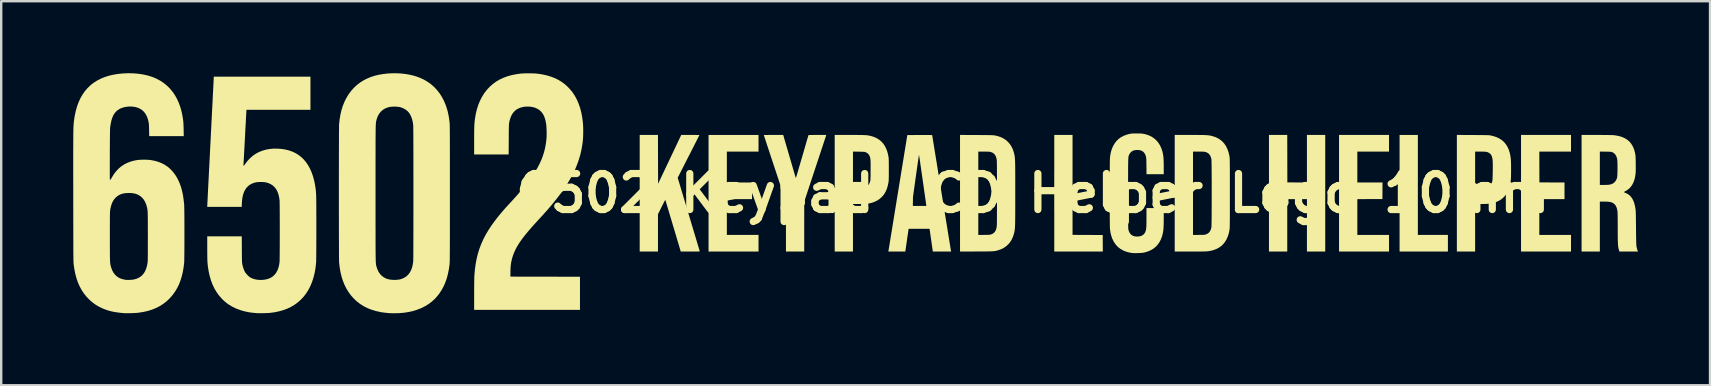
<source format=kicad_pcb>
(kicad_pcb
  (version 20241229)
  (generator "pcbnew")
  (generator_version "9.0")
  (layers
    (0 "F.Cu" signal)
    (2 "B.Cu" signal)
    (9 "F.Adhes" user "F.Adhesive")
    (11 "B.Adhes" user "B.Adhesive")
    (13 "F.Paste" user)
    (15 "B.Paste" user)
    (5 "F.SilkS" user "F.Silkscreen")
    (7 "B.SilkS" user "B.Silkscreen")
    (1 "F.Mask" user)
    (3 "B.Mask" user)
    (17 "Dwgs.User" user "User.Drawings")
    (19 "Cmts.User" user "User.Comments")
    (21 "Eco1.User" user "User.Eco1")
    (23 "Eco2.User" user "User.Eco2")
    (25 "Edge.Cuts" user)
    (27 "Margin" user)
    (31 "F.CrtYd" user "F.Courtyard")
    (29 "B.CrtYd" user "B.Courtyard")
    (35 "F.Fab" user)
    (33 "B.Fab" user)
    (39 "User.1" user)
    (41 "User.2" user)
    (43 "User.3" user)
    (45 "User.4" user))
  (footprint "6502 Keypad LCD Helper Logo 10mm"
    (layer "F.Cu")
    (at 39.969 5)
    (property "Reference" "6502 Keypad LCD Helper Logo 10mm" (at 0 0 0) (layer "F.SilkS") (effects (font (size 1.5 1.5) (thickness 0.3))))
    (attr board_only exclude_from_pos_files exclude_from_bom)
    (fp_poly (pts (xy 1.658 -0.347) (xy 1.658 1.734) (xy 2.287 1.737) (xy 2.915 1.739) (xy 2.917 2.084) (xy 2.919 2.428) (xy 1.908 2.428) (xy 0.897 2.428) (xy 0.897 0) (xy 0.897 -2.428) (xy 1.278 -2.428) (xy 1.658 -2.428)) (stroke (width 0) (type solid)) (fill yes) (layer "F.SilkS"))
    (fp_poly (pts (xy 16.042 -0.347) (xy 16.042 1.735) (xy 16.668 1.735) (xy 17.294 1.735) (xy 17.294 2.081) (xy 17.294 2.428) (xy 16.287 2.428) (xy 15.281 2.428) (xy 15.281 0) (xy 15.281 -2.428) (xy 15.661 -2.428) (xy 16.042 -2.428)) (stroke (width 0) (type solid)) (fill yes) (layer "F.SilkS"))
    (fp_poly (pts (xy -11.422 -2.081) (xy -11.422 -1.735) (xy -12.082 -1.735) (xy -12.742 -1.735) (xy -12.742 -1.091) (xy -12.742 -0.448) (xy -12.218 -0.448) (xy -11.693 -0.448) (xy -11.693 -0.102) (xy -11.693 0.245) (xy -12.218 0.245) (xy -12.742 0.245) (xy -12.742 0.99) (xy -12.742 1.735) (xy -12.082 1.735) (xy -11.422 1.735) (xy -11.422 2.081) (xy -11.422 2.428) (xy -12.463 2.428) (xy -13.504 2.428) (xy -13.504 0) (xy -13.504 -2.428) (xy -12.463 -2.428) (xy -11.422 -2.428)) (stroke (width 0) (type solid)) (fill yes) (layer "F.SilkS"))
    (fp_poly (pts (xy 10.604 -1.44) (xy 10.606 -0.453) (xy 11.014 -0.45) (xy 11.422 -0.448) (xy 11.422 -1.438) (xy 11.422 -2.428) (xy 11.803 -2.428) (xy 12.184 -2.428) (xy 12.184 0) (xy 12.184 2.428) (xy 11.803 2.428) (xy 11.422 2.428) (xy 11.422 1.337) (xy 11.422 0.245) (xy 11.012 0.245) (xy 10.602 0.245) (xy 10.602 1.337) (xy 10.602 2.428) (xy 10.221 2.428) (xy 9.84 2.428) (xy 9.84 0) (xy 9.84 -2.428) (xy 10.221 -2.428) (xy 10.602 -2.428)) (stroke (width 0) (type solid)) (fill yes) (layer "F.SilkS"))
    (fp_poly (pts (xy 14.841 -2.081) (xy 14.841 -1.735) (xy 14.181 -1.735) (xy 13.521 -1.735) (xy 13.521 -1.091) (xy 13.521 -0.448) (xy 14.045 -0.448) (xy 14.57 -0.448) (xy 14.568 -0.104) (xy 14.566 0.241) (xy 14.043 0.243) (xy 13.521 0.245) (xy 13.521 0.99) (xy 13.521 1.735) (xy 14.181 1.735) (xy 14.841 1.735) (xy 14.841 2.081) (xy 14.841 2.428) (xy 13.8 2.428) (xy 12.759 2.428) (xy 12.759 0) (xy 12.759 -2.428) (xy 13.8 -2.428) (xy 14.841 -2.428)) (stroke (width 0) (type solid)) (fill yes) (layer "F.SilkS"))
    (fp_poly (pts (xy 22.422 -2.081) (xy 22.422 -1.735) (xy 21.762 -1.735) (xy 21.102 -1.735) (xy 21.104 -1.094) (xy 21.106 -0.453) (xy 21.628 -0.45) (xy 22.151 -0.448) (xy 22.151 -0.101) (xy 22.151 0.245) (xy 21.626 0.245) (xy 21.102 0.245) (xy 21.102 0.99) (xy 21.102 1.735) (xy 21.762 1.735) (xy 22.422 1.735) (xy 22.422 2.081) (xy 22.422 2.428) (xy 21.381 2.428) (xy 20.34 2.428) (xy 20.34 0) (xy 20.34 -2.428) (xy 21.381 -2.428) (xy 22.422 -2.428)) (stroke (width 0) (type solid)) (fill yes) (layer "F.SilkS"))
    (fp_poly (pts (xy -9.059 -1.039) (xy -9.518 0.351) (xy -9.519 1.39) (xy -9.519 2.428) (xy -9.899 2.428) (xy -10.28 2.428) (xy -10.28 1.398) (xy -10.28 0.368) (xy -10.741 -1.027) (xy -10.79 -1.176) (xy -10.838 -1.32) (xy -10.884 -1.459) (xy -10.928 -1.592) (xy -10.969 -1.718) (xy -11.009 -1.836) (xy -11.045 -1.946) (xy -11.078 -2.047) (xy -11.108 -2.138) (xy -11.134 -2.218) (xy -11.157 -2.286) (xy -11.175 -2.341) (xy -11.189 -2.383) (xy -11.198 -2.411) (xy -11.202 -2.424) (xy -11.202 -2.425) (xy -11.194 -2.426) (xy -11.171 -2.426) (xy -11.134 -2.427) (xy -11.085 -2.427) (xy -11.025 -2.428) (xy -10.957 -2.428) (xy -10.882 -2.428) (xy -10.801 -2.428) (xy -10.798 -2.428) (xy -10.394 -2.428) (xy -10.137 -1.544) (xy -10.102 -1.426) (xy -10.069 -1.312) (xy -10.037 -1.203) (xy -10.007 -1.101) (xy -9.98 -1.007) (xy -9.954 -0.921) (xy -9.932 -0.845) (xy -9.913 -0.78) (xy -9.897 -0.727) (xy -9.885 -0.687) (xy -9.877 -0.661) (xy -9.873 -0.65) (xy -9.873 -0.65) (xy -9.865 -0.643) (xy -9.863 -0.643) (xy -9.86 -0.652) (xy -9.852 -0.675) (xy -9.841 -0.713) (xy -9.826 -0.764) (xy -9.807 -0.827) (xy -9.786 -0.901) (xy -9.761 -0.985) (xy -9.734 -1.078) (xy -9.704 -1.178) (xy -9.673 -1.286) (xy -9.64 -1.399) (xy -9.606 -1.516) (xy -9.604 -1.523) (xy -9.569 -1.641) (xy -9.536 -1.755) (xy -9.505 -1.863) (xy -9.475 -1.965) (xy -9.448 -2.059) (xy -9.423 -2.144) (xy -9.401 -2.22) (xy -9.382 -2.284) (xy -9.366 -2.337) (xy -9.355 -2.377) (xy -9.347 -2.403) (xy -9.344 -2.413) (xy -9.344 -2.414) (xy -9.342 -2.417) (xy -9.338 -2.42) (xy -9.329 -2.422) (xy -9.315 -2.424) (xy -9.294 -2.426) (xy -9.264 -2.427) (xy -9.224 -2.427) (xy -9.173 -2.428) (xy -9.108 -2.428) (xy -9.03 -2.428) (xy -8.969 -2.428) (xy -8.599 -2.428)) (stroke (width 0) (type solid)) (fill yes) (layer "F.SilkS"))
    (fp_poly (pts (xy -15.609 -1.411) (xy -15.606 -0.394) (xy -15.124 -1.411) (xy -14.642 -2.428) (xy -14.263 -2.428) (xy -14.185 -2.428) (xy -14.112 -2.428) (xy -14.047 -2.428) (xy -13.99 -2.427) (xy -13.944 -2.427) (xy -13.91 -2.426) (xy -13.889 -2.425) (xy -13.885 -2.425) (xy -13.888 -2.417) (xy -13.899 -2.395) (xy -13.917 -2.359) (xy -13.941 -2.312) (xy -13.971 -2.253) (xy -14.006 -2.184) (xy -14.046 -2.105) (xy -14.09 -2.018) (xy -14.138 -1.923) (xy -14.19 -1.822) (xy -14.244 -1.715) (xy -14.301 -1.603) (xy -14.337 -1.533) (xy -14.789 -0.646) (xy -14.332 0.876) (xy -14.286 1.032) (xy -14.24 1.184) (xy -14.196 1.331) (xy -14.154 1.472) (xy -14.113 1.606) (xy -14.075 1.733) (xy -14.04 1.851) (xy -14.007 1.961) (xy -13.977 2.06) (xy -13.951 2.149) (xy -13.927 2.227) (xy -13.908 2.292) (xy -13.892 2.344) (xy -13.881 2.382) (xy -13.874 2.406) (xy -13.871 2.414) (xy -13.871 2.417) (xy -13.873 2.42) (xy -13.88 2.422) (xy -13.892 2.424) (xy -13.911 2.425) (xy -13.938 2.427) (xy -13.974 2.427) (xy -14.022 2.428) (xy -14.083 2.428) (xy -14.157 2.428) (xy -14.247 2.428) (xy -14.264 2.428) (xy -14.662 2.428) (xy -14.674 2.388) (xy -14.743 2.155) (xy -14.808 1.938) (xy -14.868 1.737) (xy -14.923 1.55) (xy -14.975 1.378) (xy -15.022 1.22) (xy -15.065 1.076) (xy -15.104 0.946) (xy -15.139 0.828) (xy -15.17 0.723) (xy -15.198 0.63) (xy -15.222 0.549) (xy -15.243 0.48) (xy -15.261 0.421) (xy -15.275 0.373) (xy -15.287 0.335) (xy -15.296 0.307) (xy -15.302 0.288) (xy -15.305 0.279) (xy -15.306 0.277) (xy -15.311 0.283) (xy -15.322 0.302) (xy -15.339 0.334) (xy -15.362 0.376) (xy -15.388 0.427) (xy -15.418 0.485) (xy -15.45 0.549) (xy -15.461 0.572) (xy -15.611 0.873) (xy -15.611 1.651) (xy -15.611 2.428) (xy -15.991 2.428) (xy -16.372 2.428) (xy -16.372 0) (xy -16.372 -2.428) (xy -15.991 -2.428) (xy -15.611 -2.428)) (stroke (width 0) (type solid)) (fill yes) (layer "F.SilkS"))
    (fp_poly (pts (xy 18.333 -2.426) (xy 18.457 -2.425) (xy 18.566 -2.425) (xy 18.66 -2.424) (xy 18.741 -2.423) (xy 18.81 -2.422) (xy 18.867 -2.421) (xy 18.916 -2.42) (xy 18.955 -2.419) (xy 18.988 -2.417) (xy 19.014 -2.416) (xy 19.035 -2.414) (xy 19.053 -2.411) (xy 19.069 -2.409) (xy 19.071 -2.408) (xy 19.207 -2.375) (xy 19.33 -2.332) (xy 19.44 -2.279) (xy 19.537 -2.216) (xy 19.623 -2.141) (xy 19.698 -2.055) (xy 19.762 -1.956) (xy 19.789 -1.906) (xy 19.835 -1.799) (xy 19.871 -1.682) (xy 19.898 -1.553) (xy 19.916 -1.412) (xy 19.917 -1.4) (xy 19.919 -1.36) (xy 19.921 -1.306) (xy 19.923 -1.24) (xy 19.924 -1.166) (xy 19.925 -1.086) (xy 19.925 -1.003) (xy 19.925 -0.919) (xy 19.925 -0.837) (xy 19.923 -0.761) (xy 19.922 -0.692) (xy 19.92 -0.635) (xy 19.918 -0.59) (xy 19.917 -0.58) (xy 19.897 -0.426) (xy 19.867 -0.285) (xy 19.824 -0.156) (xy 19.771 -0.04) (xy 19.706 0.064) (xy 19.629 0.155) (xy 19.541 0.234) (xy 19.442 0.301) (xy 19.331 0.354) (xy 19.31 0.363) (xy 19.246 0.386) (xy 19.181 0.404) (xy 19.115 0.419) (xy 19.044 0.431) (xy 18.965 0.439) (xy 18.877 0.444) (xy 18.777 0.447) (xy 18.671 0.448) (xy 18.428 0.448) (xy 18.428 1.438) (xy 18.428 2.428) (xy 18.047 2.428) (xy 17.667 2.428) (xy 17.667 -0.000426) (xy 17.667 -0.99) (xy 18.428 -0.99) (xy 18.428 -0.245) (xy 18.645 -0.245) (xy 18.717 -0.246) (xy 18.776 -0.246) (xy 18.821 -0.248) (xy 18.857 -0.25) (xy 18.885 -0.253) (xy 18.907 -0.257) (xy 18.913 -0.259) (xy 18.982 -0.284) (xy 19.04 -0.321) (xy 19.086 -0.371) (xy 19.121 -0.434) (xy 19.145 -0.507) (xy 19.148 -0.53) (xy 19.152 -0.567) (xy 19.154 -0.617) (xy 19.157 -0.678) (xy 19.159 -0.747) (xy 19.161 -0.821) (xy 19.162 -0.899) (xy 19.163 -0.979) (xy 19.164 -1.058) (xy 19.164 -1.134) (xy 19.163 -1.205) (xy 19.162 -1.269) (xy 19.16 -1.323) (xy 19.158 -1.366) (xy 19.156 -1.387) (xy 19.143 -1.47) (xy 19.123 -1.539) (xy 19.096 -1.595) (xy 19.061 -1.64) (xy 19.017 -1.675) (xy 18.991 -1.69) (xy 18.965 -1.703) (xy 18.94 -1.713) (xy 18.913 -1.721) (xy 18.884 -1.726) (xy 18.848 -1.73) (xy 18.804 -1.733) (xy 18.749 -1.734) (xy 18.68 -1.734) (xy 18.646 -1.734) (xy 18.428 -1.735) (xy 18.428 -0.99) (xy 17.667 -0.99) (xy 17.667 -2.429)) (stroke (width 0) (type solid)) (fill yes) (layer "F.SilkS"))
    (fp_poly (pts (xy -7.5 -2.428) (xy -7.388 -2.428) (xy -7.289 -2.428) (xy -7.204 -2.427) (xy -7.13 -2.426) (xy -7.066 -2.424) (xy -7.011 -2.422) (xy -6.964 -2.42) (xy -6.922 -2.417) (xy -6.885 -2.413) (xy -6.852 -2.408) (xy -6.821 -2.403) (xy -6.79 -2.396) (xy -6.758 -2.389) (xy -6.734 -2.383) (xy -6.609 -2.344) (xy -6.496 -2.292) (xy -6.394 -2.229) (xy -6.304 -2.153) (xy -6.225 -2.065) (xy -6.157 -1.964) (xy -6.101 -1.85) (xy -6.055 -1.724) (xy -6.021 -1.585) (xy -6.01 -1.527) (xy -6.007 -1.504) (xy -6.004 -1.481) (xy -6.001 -1.455) (xy -5.999 -1.425) (xy -5.998 -1.389) (xy -5.997 -1.345) (xy -5.996 -1.292) (xy -5.995 -1.229) (xy -5.995 -1.153) (xy -5.995 -1.063) (xy -5.995 -0.99) (xy -5.995 -0.889) (xy -5.995 -0.804) (xy -5.995 -0.732) (xy -5.996 -0.672) (xy -5.997 -0.622) (xy -5.998 -0.581) (xy -6 -0.547) (xy -6.002 -0.518) (xy -6.004 -0.493) (xy -6.007 -0.47) (xy -6.01 -0.453) (xy -6.035 -0.329) (xy -6.068 -0.212) (xy -6.087 -0.158) (xy -6.139 -0.045) (xy -6.203 0.057) (xy -6.28 0.149) (xy -6.369 0.229) (xy -6.469 0.298) (xy -6.58 0.353) (xy -6.663 0.384) (xy -6.721 0.401) (xy -6.779 0.415) (xy -6.838 0.427) (xy -6.901 0.435) (xy -6.971 0.441) (xy -7.05 0.445) (xy -7.141 0.448) (xy -7.246 0.448) (xy -7.249 0.448) (xy -7.488 0.448) (xy -7.488 1.438) (xy -7.488 2.428) (xy -7.869 2.428) (xy -8.249 2.428) (xy -8.249 0) (xy -8.249 -0.99) (xy -7.488 -0.99) (xy -7.488 -0.245) (xy -7.266 -0.245) (xy -7.186 -0.246) (xy -7.122 -0.247) (xy -7.072 -0.249) (xy -7.035 -0.252) (xy -7.009 -0.255) (xy -7.001 -0.257) (xy -6.935 -0.281) (xy -6.881 -0.314) (xy -6.837 -0.358) (xy -6.802 -0.415) (xy -6.774 -0.486) (xy -6.772 -0.495) (xy -6.768 -0.509) (xy -6.765 -0.525) (xy -6.763 -0.545) (xy -6.761 -0.57) (xy -6.759 -0.602) (xy -6.758 -0.644) (xy -6.756 -0.695) (xy -6.755 -0.758) (xy -6.755 -0.835) (xy -6.754 -0.927) (xy -6.754 -0.948) (xy -6.753 -1.052) (xy -6.753 -1.141) (xy -6.753 -1.216) (xy -6.754 -1.28) (xy -6.755 -1.333) (xy -6.758 -1.377) (xy -6.761 -1.414) (xy -6.765 -1.446) (xy -6.771 -1.474) (xy -6.777 -1.5) (xy -6.785 -1.525) (xy -6.787 -1.53) (xy -6.817 -1.593) (xy -6.86 -1.647) (xy -6.915 -1.688) (xy -6.976 -1.715) (xy -6.992 -1.72) (xy -7.012 -1.723) (xy -7.038 -1.726) (xy -7.073 -1.728) (xy -7.118 -1.73) (xy -7.175 -1.731) (xy -7.247 -1.732) (xy -7.253 -1.733) (xy -7.488 -1.735) (xy -7.488 -0.99) (xy -8.249 -0.99) (xy -8.249 -2.428) (xy -7.628 -2.428)) (stroke (width 0) (type solid)) (fill yes) (layer "F.SilkS"))
    (fp_poly (pts (xy -2.342 -2.426) (xy -2.214 -2.425) (xy -2.102 -2.425) (xy -2.004 -2.424) (xy -1.919 -2.423) (xy -1.846 -2.422) (xy -1.784 -2.421) (xy -1.731 -2.42) (xy -1.685 -2.418) (xy -1.646 -2.415) (xy -1.613 -2.412) (xy -1.583 -2.408) (xy -1.556 -2.404) (xy -1.53 -2.398) (xy -1.505 -2.392) (xy -1.478 -2.385) (xy -1.449 -2.377) (xy -1.434 -2.373) (xy -1.315 -2.331) (xy -1.206 -2.275) (xy -1.106 -2.207) (xy -1.018 -2.125) (xy -0.941 -2.032) (xy -0.876 -1.928) (xy -0.823 -1.813) (xy -0.783 -1.688) (xy -0.783 -1.687) (xy -0.776 -1.659) (xy -0.77 -1.632) (xy -0.764 -1.606) (xy -0.759 -1.58) (xy -0.754 -1.553) (xy -0.75 -1.523) (xy -0.746 -1.491) (xy -0.743 -1.455) (xy -0.74 -1.414) (xy -0.738 -1.368) (xy -0.735 -1.316) (xy -0.734 -1.256) (xy -0.732 -1.189) (xy -0.731 -1.112) (xy -0.73 -1.026) (xy -0.729 -0.929) (xy -0.729 -0.821) (xy -0.728 -0.7) (xy -0.728 -0.567) (xy -0.728 -0.419) (xy -0.728 -0.257) (xy -0.728 -0.078) (xy -0.728 0) (xy -0.728 0.185) (xy -0.728 0.354) (xy -0.728 0.508) (xy -0.728 0.647) (xy -0.729 0.773) (xy -0.729 0.886) (xy -0.73 0.987) (xy -0.731 1.078) (xy -0.732 1.158) (xy -0.733 1.229) (xy -0.735 1.292) (xy -0.737 1.347) (xy -0.739 1.396) (xy -0.742 1.439) (xy -0.745 1.477) (xy -0.748 1.51) (xy -0.752 1.541) (xy -0.757 1.569) (xy -0.762 1.596) (xy -0.767 1.622) (xy -0.773 1.648) (xy -0.78 1.675) (xy -0.783 1.687) (xy -0.823 1.812) (xy -0.875 1.927) (xy -0.94 2.032) (xy -1.017 2.125) (xy -1.106 2.206) (xy -1.205 2.275) (xy -1.315 2.33) (xy -1.434 2.372) (xy -1.434 2.373) (xy -1.465 2.381) (xy -1.493 2.389) (xy -1.519 2.396) (xy -1.544 2.401) (xy -1.57 2.406) (xy -1.598 2.41) (xy -1.63 2.414) (xy -1.666 2.416) (xy -1.708 2.419) (xy -1.757 2.42) (xy -1.815 2.422) (xy -1.883 2.423) (xy -1.961 2.424) (xy -2.053 2.424) (xy -2.157 2.425) (xy -2.277 2.426) (xy -2.342 2.426) (xy -3.029 2.429) (xy -3.029 0) (xy -2.268 0) (xy -2.268 1.735) (xy -2.037 1.735) (xy -1.966 1.734) (xy -1.909 1.734) (xy -1.864 1.733) (xy -1.829 1.731) (xy -1.802 1.729) (xy -1.779 1.726) (xy -1.76 1.721) (xy -1.749 1.719) (xy -1.681 1.693) (xy -1.624 1.656) (xy -1.578 1.608) (xy -1.542 1.547) (xy -1.516 1.473) (xy -1.499 1.385) (xy -1.498 1.377) (xy -1.497 1.358) (xy -1.495 1.322) (xy -1.494 1.27) (xy -1.493 1.201) (xy -1.492 1.117) (xy -1.492 1.017) (xy -1.491 0.901) (xy -1.49 0.77) (xy -1.49 0.624) (xy -1.49 0.464) (xy -1.489 0.288) (xy -1.489 0.099) (xy -1.489 0) (xy -1.489 -0.196) (xy -1.489 -0.378) (xy -1.49 -0.546) (xy -1.49 -0.699) (xy -1.491 -0.838) (xy -1.491 -0.961) (xy -1.492 -1.069) (xy -1.493 -1.161) (xy -1.494 -1.238) (xy -1.495 -1.298) (xy -1.496 -1.342) (xy -1.497 -1.37) (xy -1.498 -1.377) (xy -1.514 -1.466) (xy -1.54 -1.541) (xy -1.575 -1.603) (xy -1.62 -1.653) (xy -1.676 -1.69) (xy -1.743 -1.717) (xy -1.749 -1.719) (xy -1.768 -1.724) (xy -1.789 -1.727) (xy -1.814 -1.73) (xy -1.844 -1.732) (xy -1.883 -1.733) (xy -1.933 -1.734) (xy -1.996 -1.734) (xy -2.037 -1.735) (xy -2.268 -1.735) (xy -2.268 0) (xy -3.029 0) (xy -3.029 -2.429)) (stroke (width 0) (type solid)) (fill yes) (layer "F.SilkS"))
    (fp_poly (pts (xy 6.687 -2.428) (xy 6.801 -2.428) (xy 6.901 -2.428) (xy 6.988 -2.427) (xy 7.063 -2.426) (xy 7.129 -2.425) (xy 7.185 -2.423) (xy 7.233 -2.42) (xy 7.276 -2.417) (xy 7.313 -2.414) (xy 7.346 -2.409) (xy 7.378 -2.404) (xy 7.408 -2.398) (xy 7.439 -2.391) (xy 7.471 -2.383) (xy 7.473 -2.383) (xy 7.597 -2.344) (xy 7.71 -2.292) (xy 7.812 -2.229) (xy 7.902 -2.153) (xy 7.981 -2.065) (xy 8.049 -1.964) (xy 8.105 -1.85) (xy 8.151 -1.724) (xy 8.186 -1.585) (xy 8.196 -1.527) (xy 8.198 -1.515) (xy 8.2 -1.501) (xy 8.201 -1.486) (xy 8.203 -1.468) (xy 8.204 -1.447) (xy 8.205 -1.422) (xy 8.206 -1.392) (xy 8.207 -1.357) (xy 8.208 -1.315) (xy 8.209 -1.266) (xy 8.209 -1.208) (xy 8.21 -1.142) (xy 8.21 -1.066) (xy 8.211 -0.98) (xy 8.211 -0.882) (xy 8.211 -0.772) (xy 8.211 -0.65) (xy 8.211 -0.513) (xy 8.211 -0.363) (xy 8.211 -0.197) (xy 8.211 -0.015) (xy 8.211 0) (xy 8.211 0.183) (xy 8.211 0.35) (xy 8.211 0.502) (xy 8.211 0.64) (xy 8.211 0.763) (xy 8.211 0.874) (xy 8.211 0.973) (xy 8.21 1.06) (xy 8.21 1.136) (xy 8.209 1.203) (xy 8.209 1.261) (xy 8.208 1.311) (xy 8.207 1.354) (xy 8.207 1.39) (xy 8.205 1.42) (xy 8.204 1.446) (xy 8.203 1.467) (xy 8.202 1.485) (xy 8.2 1.5) (xy 8.198 1.514) (xy 8.196 1.526) (xy 8.196 1.527) (xy 8.166 1.672) (xy 8.124 1.803) (xy 8.071 1.922) (xy 8.007 2.028) (xy 7.932 2.122) (xy 7.846 2.203) (xy 7.748 2.271) (xy 7.639 2.327) (xy 7.519 2.37) (xy 7.457 2.387) (xy 7.426 2.394) (xy 7.396 2.4) (xy 7.366 2.406) (xy 7.336 2.411) (xy 7.303 2.415) (xy 7.266 2.418) (xy 7.225 2.421) (xy 7.177 2.423) (xy 7.121 2.425) (xy 7.057 2.426) (xy 6.982 2.427) (xy 6.895 2.428) (xy 6.796 2.428) (xy 6.682 2.428) (xy 6.559 2.428) (xy 5.914 2.428) (xy 5.914 0) (xy 6.676 0) (xy 6.676 1.735) (xy 6.91 1.735) (xy 6.98 1.734) (xy 7.037 1.734) (xy 7.081 1.733) (xy 7.115 1.732) (xy 7.142 1.73) (xy 7.163 1.727) (xy 7.182 1.723) (xy 7.201 1.717) (xy 7.268 1.691) (xy 7.324 1.654) (xy 7.369 1.606) (xy 7.404 1.545) (xy 7.431 1.471) (xy 7.443 1.419) (xy 7.444 1.401) (xy 7.446 1.368) (xy 7.447 1.321) (xy 7.448 1.259) (xy 7.45 1.186) (xy 7.451 1.101) (xy 7.452 1.006) (xy 7.453 0.901) (xy 7.453 0.789) (xy 7.454 0.67) (xy 7.454 0.546) (xy 7.455 0.416) (xy 7.455 0.283) (xy 7.455 0.148) (xy 7.455 0.012) (xy 7.455 -0.124) (xy 7.455 -0.26) (xy 7.455 -0.393) (xy 7.455 -0.523) (xy 7.454 -0.649) (xy 7.453 -0.769) (xy 7.453 -0.882) (xy 7.452 -0.988) (xy 7.451 -1.085) (xy 7.45 -1.172) (xy 7.449 -1.247) (xy 7.447 -1.311) (xy 7.446 -1.361) (xy 7.445 -1.397) (xy 7.443 -1.417) (xy 7.443 -1.419) (xy 7.422 -1.501) (xy 7.392 -1.569) (xy 7.354 -1.625) (xy 7.306 -1.668) (xy 7.246 -1.701) (xy 7.201 -1.717) (xy 7.182 -1.723) (xy 7.163 -1.727) (xy 7.141 -1.73) (xy 7.115 -1.732) (xy 7.08 -1.733) (xy 7.036 -1.734) (xy 6.98 -1.734) (xy 6.91 -1.735) (xy 6.676 -1.735) (xy 6.676 0) (xy 5.914 0) (xy 5.914 -2.428) (xy 6.557 -2.428)) (stroke (width 0) (type solid)) (fill yes) (layer "F.SilkS"))
    (fp_poly (pts (xy 23.606 -2.428) (xy 23.718 -2.428) (xy 23.82 -2.427) (xy 23.913 -2.426) (xy 23.996 -2.425) (xy 24.066 -2.424) (xy 24.123 -2.423) (xy 24.166 -2.422) (xy 24.193 -2.42) (xy 24.197 -2.42) (xy 24.34 -2.399) (xy 24.469 -2.369) (xy 24.586 -2.328) (xy 24.689 -2.278) (xy 24.781 -2.217) (xy 24.86 -2.146) (xy 24.929 -2.063) (xy 24.986 -1.97) (xy 24.993 -1.957) (xy 25.021 -1.897) (xy 25.044 -1.838) (xy 25.064 -1.775) (xy 25.082 -1.704) (xy 25.097 -1.633) (xy 25.101 -1.607) (xy 25.105 -1.58) (xy 25.109 -1.551) (xy 25.111 -1.517) (xy 25.113 -1.475) (xy 25.115 -1.425) (xy 25.116 -1.363) (xy 25.118 -1.288) (xy 25.118 -1.239) (xy 25.119 -1.14) (xy 25.119 -1.05) (xy 25.119 -0.972) (xy 25.117 -0.906) (xy 25.115 -0.855) (xy 25.113 -0.833) (xy 25.094 -0.693) (xy 25.064 -0.566) (xy 25.023 -0.452) (xy 24.971 -0.351) (xy 24.908 -0.262) (xy 24.834 -0.186) (xy 24.748 -0.123) (xy 24.692 -0.091) (xy 24.661 -0.074) (xy 24.638 -0.061) (xy 24.625 -0.051) (xy 24.624 -0.048) (xy 24.632 -0.042) (xy 24.653 -0.032) (xy 24.681 -0.019) (xy 24.687 -0.017) (xy 24.771 0.024) (xy 24.844 0.073) (xy 24.908 0.134) (xy 24.963 0.206) (xy 25.009 0.29) (xy 25.048 0.387) (xy 25.079 0.498) (xy 25.104 0.624) (xy 25.109 0.658) (xy 25.112 0.679) (xy 25.114 0.702) (xy 25.116 0.73) (xy 25.118 0.763) (xy 25.12 0.802) (xy 25.121 0.849) (xy 25.123 0.905) (xy 25.124 0.971) (xy 25.125 1.049) (xy 25.126 1.139) (xy 25.128 1.242) (xy 25.129 1.361) (xy 25.13 1.443) (xy 25.131 1.575) (xy 25.132 1.696) (xy 25.134 1.806) (xy 25.135 1.904) (xy 25.137 1.989) (xy 25.139 2.061) (xy 25.141 2.118) (xy 25.143 2.16) (xy 25.145 2.186) (xy 25.145 2.191) (xy 25.159 2.262) (xy 25.176 2.331) (xy 25.197 2.389) (xy 25.198 2.392) (xy 25.213 2.428) (xy 24.825 2.428) (xy 24.437 2.428) (xy 24.42 2.371) (xy 24.411 2.34) (xy 24.403 2.309) (xy 24.396 2.277) (xy 24.39 2.242) (xy 24.385 2.205) (xy 24.381 2.162) (xy 24.378 2.114) (xy 24.375 2.058) (xy 24.373 1.994) (xy 24.371 1.92) (xy 24.37 1.835) (xy 24.369 1.737) (xy 24.368 1.626) (xy 24.368 1.5) (xy 24.368 1.426) (xy 24.368 1.318) (xy 24.367 1.216) (xy 24.367 1.121) (xy 24.366 1.035) (xy 24.365 0.958) (xy 24.364 0.892) (xy 24.362 0.838) (xy 24.361 0.799) (xy 24.359 0.775) (xy 24.359 0.774) (xy 24.345 0.682) (xy 24.324 0.604) (xy 24.296 0.538) (xy 24.261 0.484) (xy 24.231 0.452) (xy 24.196 0.423) (xy 24.158 0.399) (xy 24.115 0.381) (xy 24.066 0.367) (xy 24.007 0.357) (xy 23.938 0.351) (xy 23.855 0.348) (xy 23.795 0.347) (xy 23.623 0.347) (xy 23.623 1.388) (xy 23.623 2.428) (xy 23.242 2.428) (xy 22.862 2.428) (xy 22.862 0) (xy 22.862 -1.041) (xy 23.623 -1.041) (xy 23.623 -0.347) (xy 23.795 -0.347) (xy 23.866 -0.348) (xy 23.93 -0.35) (xy 23.983 -0.353) (xy 24.022 -0.358) (xy 24.029 -0.359) (xy 24.11 -0.38) (xy 24.179 -0.413) (xy 24.236 -0.458) (xy 24.283 -0.516) (xy 24.32 -0.587) (xy 24.34 -0.643) (xy 24.344 -0.667) (xy 24.348 -0.705) (xy 24.351 -0.756) (xy 24.354 -0.816) (xy 24.356 -0.883) (xy 24.358 -0.955) (xy 24.359 -1.03) (xy 24.359 -1.105) (xy 24.358 -1.178) (xy 24.357 -1.246) (xy 24.355 -1.307) (xy 24.353 -1.358) (xy 24.349 -1.398) (xy 24.347 -1.412) (xy 24.326 -1.497) (xy 24.295 -1.57) (xy 24.254 -1.63) (xy 24.202 -1.677) (xy 24.141 -1.711) (xy 24.141 -1.711) (xy 24.126 -1.716) (xy 24.111 -1.721) (xy 24.093 -1.724) (xy 24.072 -1.727) (xy 24.043 -1.729) (xy 24.006 -1.73) (xy 23.957 -1.731) (xy 23.895 -1.732) (xy 23.858 -1.733) (xy 23.623 -1.736) (xy 23.623 -1.041) (xy 22.862 -1.041) (xy 22.862 -2.428) (xy 23.488 -2.428)) (stroke (width 0) (type solid)) (fill yes) (layer "F.SilkS"))
    (fp_poly (pts (xy -4.401 -2.427) (xy -4.33 -2.426) (xy -4.274 -2.425) (xy -4.233 -2.424) (xy -4.205 -2.423) (xy -4.191 -2.421) (xy -4.188 -2.419) (xy -4.187 -2.411) (xy -4.183 -2.386) (xy -4.177 -2.346) (xy -4.168 -2.292) (xy -4.157 -2.225) (xy -4.144 -2.144) (xy -4.129 -2.052) (xy -4.112 -1.949) (xy -4.094 -1.836) (xy -4.074 -1.713) (xy -4.053 -1.581) (xy -4.03 -1.442) (xy -4.006 -1.296) (xy -3.982 -1.143) (xy -3.956 -0.985) (xy -3.93 -0.822) (xy -3.903 -0.655) (xy -3.875 -0.486) (xy -3.847 -0.314) (xy -3.819 -0.141) (xy -3.791 0.033) (xy -3.763 0.207) (xy -3.735 0.379) (xy -3.707 0.55) (xy -3.679 0.719) (xy -3.653 0.883) (xy -3.627 1.044) (xy -3.601 1.2) (xy -3.577 1.349) (xy -3.554 1.493) (xy -3.532 1.628) (xy -3.511 1.756) (xy -3.492 1.874) (xy -3.474 1.983) (xy -3.458 2.081) (xy -3.444 2.167) (xy -3.432 2.241) (xy -3.422 2.303) (xy -3.414 2.35) (xy -3.409 2.382) (xy -3.406 2.399) (xy -3.405 2.401) (xy -3.401 2.428) (xy -3.782 2.428) (xy -3.86 2.428) (xy -3.933 2.428) (xy -3.999 2.428) (xy -4.056 2.428) (xy -4.103 2.427) (xy -4.137 2.427) (xy -4.158 2.426) (xy -4.163 2.426) (xy -4.164 2.417) (xy -4.167 2.393) (xy -4.172 2.356) (xy -4.179 2.308) (xy -4.187 2.25) (xy -4.197 2.185) (xy -4.207 2.115) (xy -4.217 2.041) (xy -4.228 1.965) (xy -4.239 1.889) (xy -4.25 1.815) (xy -4.26 1.745) (xy -4.269 1.681) (xy -4.277 1.624) (xy -4.284 1.576) (xy -4.289 1.539) (xy -4.293 1.516) (xy -4.294 1.508) (xy -4.299 1.481) (xy -4.733 1.481) (xy -5.168 1.481) (xy -5.172 1.5) (xy -5.174 1.512) (xy -5.178 1.538) (xy -5.185 1.579) (xy -5.192 1.631) (xy -5.202 1.694) (xy -5.212 1.765) (xy -5.224 1.844) (xy -5.236 1.928) (xy -5.242 1.974) (xy -5.308 2.428) (xy -5.662 2.428) (xy -6.015 2.428) (xy -6.011 2.405) (xy -6.009 2.395) (xy -6.005 2.369) (xy -5.998 2.327) (xy -5.989 2.271) (xy -5.977 2.2) (xy -5.963 2.117) (xy -5.948 2.02) (xy -5.93 1.912) (xy -5.911 1.792) (xy -5.889 1.662) (xy -5.866 1.521) (xy -5.842 1.371) (xy -5.816 1.213) (xy -5.789 1.046) (xy -5.761 0.872) (xy -5.75 0.806) (xy -5.076 0.806) (xy -5.076 0.81) (xy -5.072 0.813) (xy -5.064 0.815) (xy -5.05 0.817) (xy -5.029 0.818) (xy -4.999 0.819) (xy -4.959 0.82) (xy -4.907 0.82) (xy -4.841 0.821) (xy -4.761 0.821) (xy -4.734 0.821) (xy -4.66 0.821) (xy -4.591 0.82) (xy -4.529 0.82) (xy -4.477 0.819) (xy -4.436 0.819) (xy -4.407 0.818) (xy -4.393 0.817) (xy -4.391 0.816) (xy -4.392 0.806) (xy -4.396 0.781) (xy -4.401 0.74) (xy -4.409 0.687) (xy -4.418 0.622) (xy -4.429 0.546) (xy -4.441 0.46) (xy -4.454 0.365) (xy -4.468 0.263) (xy -4.484 0.155) (xy -4.5 0.041) (xy -4.517 -0.076) (xy -4.534 -0.197) (xy -4.551 -0.319) (xy -4.569 -0.442) (xy -4.586 -0.564) (xy -4.604 -0.684) (xy -4.62 -0.802) (xy -4.637 -0.916) (xy -4.652 -1.024) (xy -4.667 -1.126) (xy -4.681 -1.221) (xy -4.693 -1.307) (xy -4.704 -1.384) (xy -4.714 -1.45) (xy -4.722 -1.503) (xy -4.728 -1.544) (xy -4.732 -1.57) (xy -4.734 -1.58) (xy -4.734 -1.581) (xy -4.743 -1.581) (xy -4.743 -1.58) (xy -4.745 -1.572) (xy -4.748 -1.547) (xy -4.754 -1.509) (xy -4.762 -1.457) (xy -4.771 -1.392) (xy -4.782 -1.317) (xy -4.794 -1.232) (xy -4.807 -1.138) (xy -4.821 -1.037) (xy -4.837 -0.929) (xy -4.852 -0.816) (xy -4.869 -0.699) (xy -4.886 -0.579) (xy -4.903 -0.457) (xy -4.92 -0.335) (xy -4.937 -0.212) (xy -4.954 -0.092) (xy -4.97 0.026) (xy -4.986 0.139) (xy -5.001 0.248) (xy -5.015 0.35) (xy -5.028 0.445) (xy -5.04 0.531) (xy -5.051 0.608) (xy -5.059 0.674) (xy -5.067 0.728) (xy -5.072 0.769) (xy -5.075 0.795) (xy -5.076 0.806) (xy -5.75 0.806) (xy -5.731 0.692) (xy -5.701 0.505) (xy -5.67 0.313) (xy -5.638 0.116) (xy -5.615 -0.021) (xy -5.224 -2.424) (xy -4.706 -2.426) (xy -4.588 -2.427) (xy -4.486 -2.427)) (stroke (width 0) (type solid)) (fill yes) (layer "F.SilkS"))
    (fp_poly (pts (xy 4.411 -2.491) (xy 4.478 -2.489) (xy 4.534 -2.486) (xy 4.584 -2.48) (xy 4.632 -2.472) (xy 4.68 -2.461) (xy 4.733 -2.447) (xy 4.742 -2.444) (xy 4.862 -2.401) (xy 4.972 -2.344) (xy 5.071 -2.274) (xy 5.16 -2.192) (xy 5.237 -2.097) (xy 5.304 -1.99) (xy 5.358 -1.872) (xy 5.401 -1.742) (xy 5.422 -1.65) (xy 5.432 -1.592) (xy 5.44 -1.528) (xy 5.447 -1.454) (xy 5.452 -1.37) (xy 5.455 -1.274) (xy 5.457 -1.165) (xy 5.457 -1.056) (xy 5.457 -0.795) (xy 5.099 -0.795) (xy 4.74 -0.795) (xy 4.736 -1.132) (xy 4.735 -1.217) (xy 4.734 -1.288) (xy 4.733 -1.345) (xy 4.732 -1.391) (xy 4.73 -1.427) (xy 4.728 -1.457) (xy 4.725 -1.48) (xy 4.722 -1.5) (xy 4.718 -1.518) (xy 4.714 -1.534) (xy 4.687 -1.613) (xy 4.65 -1.677) (xy 4.603 -1.728) (xy 4.546 -1.765) (xy 4.479 -1.79) (xy 4.412 -1.801) (xy 4.321 -1.803) (xy 4.24 -1.793) (xy 4.17 -1.769) (xy 4.11 -1.732) (xy 4.061 -1.683) (xy 4.024 -1.622) (xy 4.018 -1.608) (xy 4.012 -1.597) (xy 4.006 -1.585) (xy 4.002 -1.574) (xy 3.997 -1.561) (xy 3.993 -1.547) (xy 3.99 -1.53) (xy 3.987 -1.509) (xy 3.984 -1.485) (xy 3.982 -1.456) (xy 3.98 -1.421) (xy 3.978 -1.379) (xy 3.977 -1.33) (xy 3.976 -1.273) (xy 3.975 -1.208) (xy 3.974 -1.133) (xy 3.973 -1.047) (xy 3.973 -0.951) (xy 3.973 -0.842) (xy 3.973 -0.721) (xy 3.972 -0.587) (xy 3.972 -0.438) (xy 3.972 -0.275) (xy 3.972 -0.095) (xy 3.972 0.004) (xy 3.972 0.189) (xy 3.972 0.358) (xy 3.973 0.512) (xy 3.973 0.651) (xy 3.973 0.776) (xy 3.973 0.889) (xy 3.973 0.988) (xy 3.974 1.077) (xy 3.974 1.154) (xy 3.974 1.222) (xy 3.975 1.28) (xy 3.976 1.33) (xy 3.976 1.372) (xy 3.977 1.407) (xy 3.978 1.436) (xy 3.979 1.46) (xy 3.98 1.479) (xy 3.982 1.494) (xy 3.983 1.506) (xy 3.985 1.516) (xy 3.987 1.524) (xy 3.987 1.526) (xy 4.014 1.605) (xy 4.051 1.671) (xy 4.098 1.724) (xy 4.155 1.763) (xy 4.223 1.789) (xy 4.294 1.801) (xy 4.381 1.803) (xy 4.461 1.793) (xy 4.53 1.772) (xy 4.589 1.739) (xy 4.607 1.724) (xy 4.644 1.687) (xy 4.672 1.648) (xy 4.694 1.599) (xy 4.703 1.576) (xy 4.711 1.551) (xy 4.717 1.523) (xy 4.723 1.492) (xy 4.727 1.455) (xy 4.731 1.411) (xy 4.734 1.359) (xy 4.735 1.296) (xy 4.737 1.222) (xy 4.738 1.134) (xy 4.738 1.032) (xy 4.738 0.992) (xy 4.738 0.618) (xy 5.098 0.618) (xy 5.457 0.618) (xy 5.457 0.967) (xy 5.457 1.089) (xy 5.456 1.196) (xy 5.454 1.289) (xy 5.451 1.371) (xy 5.448 1.442) (xy 5.443 1.504) (xy 5.437 1.559) (xy 5.43 1.609) (xy 5.422 1.65) (xy 5.388 1.789) (xy 5.341 1.915) (xy 5.283 2.029) (xy 5.213 2.131) (xy 5.132 2.221) (xy 5.039 2.299) (xy 4.934 2.364) (xy 4.817 2.417) (xy 4.689 2.458) (xy 4.611 2.475) (xy 4.581 2.48) (xy 4.537 2.484) (xy 4.484 2.487) (xy 4.424 2.49) (xy 4.363 2.492) (xy 4.302 2.494) (xy 4.246 2.494) (xy 4.198 2.493) (xy 4.162 2.491) (xy 4.154 2.491) (xy 4.013 2.467) (xy 3.883 2.431) (xy 3.766 2.383) (xy 3.659 2.323) (xy 3.565 2.251) (xy 3.481 2.167) (xy 3.408 2.07) (xy 3.356 1.981) (xy 3.307 1.875) (xy 3.27 1.766) (xy 3.241 1.649) (xy 3.222 1.523) (xy 3.215 1.443) (xy 3.214 1.418) (xy 3.213 1.378) (xy 3.212 1.323) (xy 3.211 1.255) (xy 3.211 1.174) (xy 3.21 1.082) (xy 3.209 0.981) (xy 3.209 0.87) (xy 3.208 0.752) (xy 3.208 0.627) (xy 3.207 0.497) (xy 3.207 0.363) (xy 3.207 0.225) (xy 3.207 0.086) (xy 3.207 -0.054) (xy 3.207 -0.193) (xy 3.207 -0.331) (xy 3.207 -0.466) (xy 3.208 -0.597) (xy 3.208 -0.723) (xy 3.208 -0.843) (xy 3.209 -0.955) (xy 3.21 -1.059) (xy 3.21 -1.153) (xy 3.211 -1.237) (xy 3.212 -1.308) (xy 3.213 -1.366) (xy 3.214 -1.41) (xy 3.215 -1.438) (xy 3.215 -1.443) (xy 3.229 -1.577) (xy 3.252 -1.699) (xy 3.284 -1.812) (xy 3.326 -1.92) (xy 3.356 -1.981) (xy 3.42 -2.087) (xy 3.493 -2.181) (xy 3.577 -2.262) (xy 3.672 -2.332) (xy 3.779 -2.389) (xy 3.898 -2.435) (xy 4.029 -2.471) (xy 4.057 -2.476) (xy 4.088 -2.482) (xy 4.121 -2.486) (xy 4.16 -2.489) (xy 4.207 -2.49) (xy 4.266 -2.491) (xy 4.332 -2.492)) (stroke (width 0) (type solid)) (fill yes) (layer "F.SilkS"))
    (fp_poly (pts (xy -20.912 -4.995) (xy -20.836 -4.993) (xy -20.768 -4.991) (xy -20.71 -4.988) (xy -20.67 -4.985) (xy -20.47 -4.958) (xy -20.283 -4.92) (xy -20.107 -4.87) (xy -19.943 -4.81) (xy -19.789 -4.738) (xy -19.645 -4.654) (xy -19.511 -4.558) (xy -19.49 -4.541) (xy -19.434 -4.493) (xy -19.374 -4.435) (xy -19.312 -4.372) (xy -19.253 -4.306) (xy -19.201 -4.243) (xy -19.171 -4.205) (xy -19.074 -4.058) (xy -18.989 -3.9) (xy -18.916 -3.732) (xy -18.854 -3.553) (xy -18.804 -3.362) (xy -18.766 -3.16) (xy -18.739 -2.945) (xy -18.733 -2.873) (xy -18.729 -2.804) (xy -18.726 -2.722) (xy -18.725 -2.632) (xy -18.725 -2.539) (xy -18.726 -2.447) (xy -18.729 -2.36) (xy -18.733 -2.282) (xy -18.737 -2.229) (xy -18.762 -2.023) (xy -18.797 -1.821) (xy -18.842 -1.622) (xy -18.899 -1.425) (xy -18.967 -1.229) (xy -19.046 -1.033) (xy -19.138 -0.837) (xy -19.242 -0.639) (xy -19.36 -0.44) (xy -19.491 -0.237) (xy -19.636 -0.029) (xy -19.795 0.183) (xy -19.969 0.401) (xy -20.036 0.482) (xy -20.102 0.56) (xy -20.166 0.635) (xy -20.231 0.71) (xy -20.299 0.786) (xy -20.371 0.867) (xy -20.45 0.954) (xy -20.538 1.049) (xy -20.586 1.101) (xy -20.728 1.256) (xy -20.857 1.4) (xy -20.975 1.536) (xy -21.082 1.663) (xy -21.179 1.783) (xy -21.266 1.897) (xy -21.343 2.005) (xy -21.412 2.108) (xy -21.473 2.208) (xy -21.526 2.305) (xy -21.573 2.401) (xy -21.614 2.495) (xy -21.649 2.589) (xy -21.679 2.684) (xy -21.698 2.754) (xy -21.719 2.845) (xy -21.735 2.936) (xy -21.746 3.029) (xy -21.753 3.131) (xy -21.756 3.244) (xy -21.756 3.274) (xy -21.758 3.473) (xy -20.309 3.475) (xy -18.86 3.478) (xy -18.86 4.167) (xy -18.86 4.857) (xy -21.064 4.857) (xy -23.268 4.857) (xy -23.268 4.21) (xy -23.268 4.103) (xy -23.267 3.998) (xy -23.267 3.897) (xy -23.266 3.801) (xy -23.265 3.712) (xy -23.264 3.632) (xy -23.263 3.562) (xy -23.262 3.505) (xy -23.26 3.461) (xy -23.259 3.434) (xy -23.238 3.188) (xy -23.207 2.956) (xy -23.166 2.734) (xy -23.114 2.521) (xy -23.05 2.315) (xy -22.974 2.114) (xy -22.886 1.917) (xy -22.784 1.721) (xy -22.667 1.526) (xy -22.536 1.328) (xy -22.426 1.176) (xy -22.354 1.082) (xy -22.282 0.989) (xy -22.206 0.895) (xy -22.125 0.799) (xy -22.038 0.698) (xy -21.943 0.591) (xy -21.838 0.476) (xy -21.754 0.385) (xy -21.577 0.192) (xy -21.414 0.007) (xy -21.264 -0.169) (xy -21.126 -0.338) (xy -21 -0.501) (xy -20.886 -0.657) (xy -20.782 -0.81) (xy -20.69 -0.958) (xy -20.607 -1.103) (xy -20.535 -1.245) (xy -20.471 -1.386) (xy -20.416 -1.527) (xy -20.37 -1.667) (xy -20.331 -1.809) (xy -20.3 -1.952) (xy -20.276 -2.097) (xy -20.258 -2.246) (xy -20.255 -2.276) (xy -20.251 -2.332) (xy -20.249 -2.4) (xy -20.249 -2.477) (xy -20.249 -2.557) (xy -20.251 -2.638) (xy -20.255 -2.716) (xy -20.259 -2.786) (xy -20.264 -2.846) (xy -20.268 -2.876) (xy -20.289 -2.996) (xy -20.316 -3.101) (xy -20.348 -3.194) (xy -20.387 -3.275) (xy -20.433 -3.346) (xy -20.476 -3.396) (xy -20.549 -3.464) (xy -20.631 -3.518) (xy -20.721 -3.56) (xy -20.822 -3.589) (xy -20.935 -3.606) (xy -20.984 -3.61) (xy -21.105 -3.61) (xy -21.219 -3.597) (xy -21.325 -3.571) (xy -21.422 -3.533) (xy -21.508 -3.483) (xy -21.546 -3.455) (xy -21.613 -3.391) (xy -21.67 -3.317) (xy -21.719 -3.232) (xy -21.759 -3.135) (xy -21.792 -3.023) (xy -21.806 -2.959) (xy -21.809 -2.942) (xy -21.812 -2.925) (xy -21.815 -2.906) (xy -21.817 -2.885) (xy -21.819 -2.86) (xy -21.82 -2.83) (xy -21.821 -2.794) (xy -21.823 -2.749) (xy -21.823 -2.695) (xy -21.824 -2.631) (xy -21.825 -2.556) (xy -21.826 -2.467) (xy -21.826 -2.364) (xy -21.827 -2.245) (xy -21.827 -2.244) (xy -21.831 -1.616) (xy -22.549 -1.616) (xy -23.268 -1.616) (xy -23.268 -2.19) (xy -23.268 -2.317) (xy -23.267 -2.429) (xy -23.267 -2.527) (xy -23.266 -2.614) (xy -23.265 -2.689) (xy -23.263 -2.756) (xy -23.261 -2.815) (xy -23.258 -2.869) (xy -23.255 -2.919) (xy -23.25 -2.966) (xy -23.246 -3.013) (xy -23.24 -3.06) (xy -23.234 -3.109) (xy -23.199 -3.313) (xy -23.152 -3.507) (xy -23.092 -3.691) (xy -23.02 -3.863) (xy -22.936 -4.025) (xy -22.841 -4.175) (xy -22.733 -4.314) (xy -22.615 -4.44) (xy -22.484 -4.555) (xy -22.354 -4.65) (xy -22.212 -4.734) (xy -22.059 -4.806) (xy -21.894 -4.868) (xy -21.717 -4.918) (xy -21.528 -4.957) (xy -21.326 -4.985) (xy -21.322 -4.985) (xy -21.276 -4.989) (xy -21.216 -4.992) (xy -21.147 -4.994) (xy -21.071 -4.995) (xy -20.991 -4.995)) (stroke (width 0) (type solid)) (fill yes) (layer "F.SilkS"))
    (fp_poly (pts (xy -30.087 -4.167) (xy -30.087 -3.477) (xy -31.419 -3.477) (xy -32.751 -3.477) (xy -32.756 -3.408) (xy -32.758 -3.39) (xy -32.759 -3.357) (xy -32.762 -3.31) (xy -32.766 -3.248) (xy -32.77 -3.175) (xy -32.774 -3.09) (xy -32.779 -2.994) (xy -32.785 -2.89) (xy -32.791 -2.778) (xy -32.798 -2.659) (xy -32.804 -2.534) (xy -32.811 -2.405) (xy -32.816 -2.31) (xy -32.823 -2.178) (xy -32.83 -2.05) (xy -32.836 -1.927) (xy -32.843 -1.81) (xy -32.849 -1.701) (xy -32.854 -1.599) (xy -32.859 -1.507) (xy -32.864 -1.425) (xy -32.867 -1.356) (xy -32.871 -1.298) (xy -32.873 -1.255) (xy -32.875 -1.227) (xy -32.876 -1.216) (xy -32.878 -1.183) (xy -32.878 -1.164) (xy -32.875 -1.154) (xy -32.869 -1.151) (xy -32.865 -1.151) (xy -32.853 -1.158) (xy -32.833 -1.18) (xy -32.809 -1.213) (xy -32.803 -1.221) (xy -32.709 -1.347) (xy -32.605 -1.459) (xy -32.491 -1.558) (xy -32.367 -1.644) (xy -32.235 -1.715) (xy -32.093 -1.772) (xy -31.943 -1.816) (xy -31.785 -1.844) (xy -31.62 -1.859) (xy -31.455 -1.858) (xy -31.283 -1.845) (xy -31.121 -1.819) (xy -30.97 -1.78) (xy -30.829 -1.729) (xy -30.697 -1.665) (xy -30.598 -1.605) (xy -30.482 -1.518) (xy -30.375 -1.416) (xy -30.277 -1.301) (xy -30.189 -1.173) (xy -30.11 -1.031) (xy -30.041 -0.877) (xy -29.982 -0.71) (xy -29.933 -0.532) (xy -29.895 -0.342) (xy -29.884 -0.272) (xy -29.879 -0.236) (xy -29.874 -0.201) (xy -29.869 -0.168) (xy -29.865 -0.135) (xy -29.862 -0.101) (xy -29.859 -0.065) (xy -29.856 -0.027) (xy -29.853 0.014) (xy -29.851 0.06) (xy -29.849 0.111) (xy -29.848 0.169) (xy -29.846 0.233) (xy -29.845 0.306) (xy -29.844 0.387) (xy -29.844 0.478) (xy -29.843 0.58) (xy -29.843 0.693) (xy -29.843 0.819) (xy -29.842 0.958) (xy -29.842 1.111) (xy -29.842 1.28) (xy -29.842 1.447) (xy -29.842 1.641) (xy -29.842 1.822) (xy -29.843 1.99) (xy -29.843 2.145) (xy -29.844 2.287) (xy -29.844 2.414) (xy -29.845 2.527) (xy -29.846 2.626) (xy -29.847 2.709) (xy -29.848 2.777) (xy -29.849 2.828) (xy -29.85 2.864) (xy -29.851 2.877) (xy -29.874 3.097) (xy -29.91 3.306) (xy -29.958 3.503) (xy -30.018 3.689) (xy -30.09 3.863) (xy -30.173 4.025) (xy -30.269 4.176) (xy -30.376 4.314) (xy -30.495 4.441) (xy -30.626 4.555) (xy -30.756 4.65) (xy -30.899 4.734) (xy -31.053 4.807) (xy -31.22 4.869) (xy -31.398 4.919) (xy -31.586 4.958) (xy -31.775 4.983) (xy -31.808 4.986) (xy -31.854 4.989) (xy -31.909 4.991) (xy -31.97 4.993) (xy -32.034 4.995) (xy -32.098 4.996) (xy -32.158 4.997) (xy -32.212 4.997) (xy -32.257 4.997) (xy -32.289 4.996) (xy -32.296 4.996) (xy -32.373 4.989) (xy -32.436 4.983) (xy -32.488 4.978) (xy -32.531 4.973) (xy -32.569 4.969) (xy -32.604 4.964) (xy -32.639 4.958) (xy -32.647 4.957) (xy -32.838 4.918) (xy -33.019 4.865) (xy -33.189 4.8) (xy -33.349 4.722) (xy -33.498 4.632) (xy -33.62 4.541) (xy -33.651 4.515) (xy -33.689 4.48) (xy -33.731 4.441) (xy -33.77 4.401) (xy -33.781 4.39) (xy -33.895 4.26) (xy -33.997 4.119) (xy -34.087 3.967) (xy -34.166 3.803) (xy -34.232 3.627) (xy -34.287 3.439) (xy -34.33 3.24) (xy -34.362 3.028) (xy -34.377 2.873) (xy -34.379 2.844) (xy -34.38 2.8) (xy -34.382 2.743) (xy -34.383 2.675) (xy -34.384 2.598) (xy -34.385 2.514) (xy -34.385 2.425) (xy -34.386 2.333) (xy -34.386 2.279) (xy -34.386 1.794) (xy -33.667 1.794) (xy -32.948 1.794) (xy -32.945 2.333) (xy -32.944 2.445) (xy -32.944 2.541) (xy -32.943 2.623) (xy -32.942 2.692) (xy -32.941 2.75) (xy -32.94 2.798) (xy -32.938 2.837) (xy -32.937 2.87) (xy -32.935 2.896) (xy -32.932 2.919) (xy -32.929 2.938) (xy -32.927 2.953) (xy -32.91 3.028) (xy -32.888 3.104) (xy -32.862 3.178) (xy -32.834 3.243) (xy -32.818 3.274) (xy -32.789 3.319) (xy -32.749 3.367) (xy -32.705 3.415) (xy -32.658 3.459) (xy -32.613 3.495) (xy -32.59 3.51) (xy -32.506 3.55) (xy -32.412 3.581) (xy -32.311 3.601) (xy -32.205 3.61) (xy -32.097 3.61) (xy -31.992 3.599) (xy -31.891 3.578) (xy -31.798 3.547) (xy -31.735 3.517) (xy -31.652 3.462) (xy -31.58 3.394) (xy -31.518 3.315) (xy -31.467 3.223) (xy -31.426 3.118) (xy -31.395 3) (xy -31.374 2.868) (xy -31.374 2.864) (xy -31.373 2.845) (xy -31.372 2.811) (xy -31.371 2.761) (xy -31.37 2.699) (xy -31.369 2.624) (xy -31.368 2.539) (xy -31.367 2.443) (xy -31.367 2.339) (xy -31.366 2.228) (xy -31.366 2.11) (xy -31.366 1.988) (xy -31.365 1.861) (xy -31.365 1.732) (xy -31.365 1.602) (xy -31.365 1.471) (xy -31.365 1.342) (xy -31.365 1.214) (xy -31.366 1.09) (xy -31.366 0.97) (xy -31.366 0.856) (xy -31.367 0.749) (xy -31.368 0.651) (xy -31.368 0.561) (xy -31.369 0.482) (xy -31.37 0.415) (xy -31.371 0.36) (xy -31.372 0.32) (xy -31.373 0.295) (xy -31.374 0.29) (xy -31.394 0.155) (xy -31.424 0.035) (xy -31.464 -0.073) (xy -31.516 -0.168) (xy -31.578 -0.249) (xy -31.65 -0.318) (xy -31.734 -0.375) (xy -31.828 -0.419) (xy -31.934 -0.451) (xy -31.949 -0.454) (xy -32.007 -0.463) (xy -32.077 -0.468) (xy -32.152 -0.47) (xy -32.229 -0.468) (xy -32.301 -0.463) (xy -32.364 -0.453) (xy -32.38 -0.45) (xy -32.485 -0.418) (xy -32.579 -0.374) (xy -32.662 -0.318) (xy -32.734 -0.248) (xy -32.796 -0.166) (xy -32.847 -0.071) (xy -32.887 0.037) (xy -32.917 0.159) (xy -32.936 0.293) (xy -32.945 0.421) (xy -32.95 0.567) (xy -33.668 0.567) (xy -34.386 0.567) (xy -34.386 0.535) (xy -34.385 0.524) (xy -34.384 0.497) (xy -34.382 0.454) (xy -34.379 0.396) (xy -34.375 0.324) (xy -34.371 0.239) (xy -34.366 0.14) (xy -34.361 0.029) (xy -34.355 -0.094) (xy -34.348 -0.227) (xy -34.34 -0.372) (xy -34.333 -0.526) (xy -34.324 -0.689) (xy -34.316 -0.86) (xy -34.307 -1.04) (xy -34.297 -1.226) (xy -34.287 -1.419) (xy -34.277 -1.618) (xy -34.267 -1.822) (xy -34.256 -2.031) (xy -34.25 -2.145) (xy -34.239 -2.356) (xy -34.229 -2.563) (xy -34.219 -2.764) (xy -34.209 -2.961) (xy -34.199 -3.151) (xy -34.19 -3.334) (xy -34.181 -3.51) (xy -34.172 -3.677) (xy -34.164 -3.836) (xy -34.157 -3.986) (xy -34.15 -4.125) (xy -34.143 -4.254) (xy -34.137 -4.372) (xy -34.132 -4.477) (xy -34.127 -4.57) (xy -34.123 -4.649) (xy -34.12 -4.715) (xy -34.118 -4.766) (xy -34.116 -4.801) (xy -34.115 -4.821) (xy -34.115 -4.825) (xy -34.115 -4.857) (xy -32.101 -4.857) (xy -30.087 -4.857)) (stroke (width 0) (type solid)) (fill yes) (layer "F.SilkS"))
    (fp_poly (pts (xy -26.477 -4.997) (xy -26.287 -4.986) (xy -26.101 -4.964) (xy -25.921 -4.931) (xy -25.75 -4.888) (xy -25.698 -4.872) (xy -25.522 -4.808) (xy -25.358 -4.731) (xy -25.204 -4.641) (xy -25.062 -4.538) (xy -24.931 -4.423) (xy -24.812 -4.295) (xy -24.703 -4.156) (xy -24.607 -4.004) (xy -24.522 -3.84) (xy -24.449 -3.664) (xy -24.389 -3.477) (xy -24.376 -3.431) (xy -24.353 -3.335) (xy -24.331 -3.226) (xy -24.312 -3.11) (xy -24.296 -2.989) (xy -24.294 -2.978) (xy -24.293 -2.966) (xy -24.292 -2.952) (xy -24.29 -2.938) (xy -24.289 -2.921) (xy -24.288 -2.903) (xy -24.287 -2.881) (xy -24.286 -2.856) (xy -24.285 -2.827) (xy -24.285 -2.793) (xy -24.284 -2.754) (xy -24.283 -2.709) (xy -24.283 -2.658) (xy -24.282 -2.6) (xy -24.282 -2.535) (xy -24.281 -2.462) (xy -24.281 -2.381) (xy -24.28 -2.29) (xy -24.28 -2.19) (xy -24.28 -2.079) (xy -24.28 -1.958) (xy -24.279 -1.825) (xy -24.279 -1.681) (xy -24.279 -1.524) (xy -24.279 -1.355) (xy -24.279 -1.171) (xy -24.279 -0.974) (xy -24.279 -0.762) (xy -24.279 -0.535) (xy -24.279 -0.292) (xy -24.279 -0.033) (xy -24.279 0) (xy -24.279 0.261) (xy -24.279 0.506) (xy -24.279 0.735) (xy -24.279 0.949) (xy -24.279 1.148) (xy -24.279 1.333) (xy -24.279 1.504) (xy -24.279 1.662) (xy -24.279 1.808) (xy -24.28 1.942) (xy -24.28 2.065) (xy -24.28 2.176) (xy -24.28 2.278) (xy -24.281 2.37) (xy -24.281 2.452) (xy -24.282 2.527) (xy -24.282 2.593) (xy -24.283 2.651) (xy -24.283 2.703) (xy -24.284 2.749) (xy -24.285 2.788) (xy -24.285 2.823) (xy -24.286 2.853) (xy -24.287 2.878) (xy -24.288 2.9) (xy -24.289 2.919) (xy -24.29 2.936) (xy -24.291 2.951) (xy -24.293 2.964) (xy -24.294 2.977) (xy -24.294 2.978) (xy -24.324 3.184) (xy -24.364 3.377) (xy -24.413 3.557) (xy -24.473 3.726) (xy -24.543 3.885) (xy -24.625 4.034) (xy -24.717 4.175) (xy -24.786 4.264) (xy -24.899 4.392) (xy -25.025 4.508) (xy -25.162 4.612) (xy -25.311 4.704) (xy -25.47 4.784) (xy -25.64 4.851) (xy -25.82 4.906) (xy -26.009 4.949) (xy -26.209 4.979) (xy -26.417 4.995) (xy -26.634 4.999) (xy -26.783 4.995) (xy -26.834 4.991) (xy -26.895 4.986) (xy -26.963 4.978) (xy -27.032 4.97) (xy -27.096 4.961) (xy -27.152 4.953) (xy -27.177 4.949) (xy -27.369 4.905) (xy -27.55 4.849) (xy -27.72 4.781) (xy -27.879 4.7) (xy -28.026 4.606) (xy -28.163 4.5) (xy -28.289 4.38) (xy -28.405 4.248) (xy -28.506 4.109) (xy -28.595 3.962) (xy -28.672 3.806) (xy -28.738 3.641) (xy -28.793 3.466) (xy -28.838 3.279) (xy -28.871 3.08) (xy -28.894 2.873) (xy -28.895 2.855) (xy -28.896 2.82) (xy -28.896 2.771) (xy -28.897 2.707) (xy -28.898 2.629) (xy -28.898 2.538) (xy -28.899 2.435) (xy -28.899 2.32) (xy -28.9 2.195) (xy -28.9 2.06) (xy -28.901 1.916) (xy -28.901 1.763) (xy -28.902 1.603) (xy -28.902 1.436) (xy -28.902 1.262) (xy -28.902 1.084) (xy -28.903 0.901) (xy -28.903 0.715) (xy -28.903 0.525) (xy -28.903 0.334) (xy -28.903 0.141) (xy -28.903 -0.052) (xy -28.903 -0.246) (xy -28.903 -0.438) (xy -28.903 -0.62) (xy -27.376 -0.62) (xy -27.376 -0.381) (xy -27.376 -0.126) (xy -27.376 0) (xy -27.376 0.263) (xy -27.376 0.509) (xy -27.376 0.739) (xy -27.376 0.955) (xy -27.376 1.155) (xy -27.376 1.341) (xy -27.375 1.514) (xy -27.375 1.674) (xy -27.375 1.821) (xy -27.375 1.956) (xy -27.375 2.08) (xy -27.374 2.193) (xy -27.374 2.296) (xy -27.373 2.389) (xy -27.373 2.472) (xy -27.372 2.548) (xy -27.371 2.615) (xy -27.37 2.674) (xy -27.369 2.727) (xy -27.368 2.773) (xy -27.367 2.813) (xy -27.366 2.848) (xy -27.364 2.879) (xy -27.362 2.905) (xy -27.36 2.927) (xy -27.358 2.946) (xy -27.356 2.963) (xy -27.354 2.978) (xy -27.351 2.991) (xy -27.349 3.004) (xy -27.346 3.016) (xy -27.343 3.028) (xy -27.339 3.041) (xy -27.338 3.048) (xy -27.302 3.16) (xy -27.256 3.261) (xy -27.198 3.35) (xy -27.129 3.427) (xy -27.05 3.49) (xy -26.962 3.541) (xy -26.864 3.577) (xy -26.855 3.579) (xy -26.774 3.596) (xy -26.683 3.606) (xy -26.587 3.61) (xy -26.492 3.606) (xy -26.403 3.596) (xy -26.36 3.588) (xy -26.291 3.568) (xy -26.219 3.538) (xy -26.15 3.502) (xy -26.09 3.462) (xy -26.077 3.451) (xy -26.006 3.381) (xy -25.945 3.298) (xy -25.894 3.201) (xy -25.854 3.092) (xy -25.825 2.969) (xy -25.806 2.835) (xy -25.805 2.819) (xy -25.805 2.787) (xy -25.804 2.74) (xy -25.803 2.678) (xy -25.803 2.602) (xy -25.802 2.514) (xy -25.802 2.413) (xy -25.801 2.3) (xy -25.801 2.177) (xy -25.8 2.044) (xy -25.8 1.902) (xy -25.8 1.751) (xy -25.799 1.593) (xy -25.799 1.428) (xy -25.799 1.256) (xy -25.799 1.08) (xy -25.798 0.899) (xy -25.798 0.715) (xy -25.798 0.527) (xy -25.798 0.338) (xy -25.798 0.147) (xy -25.798 -0.045) (xy -25.798 -0.236) (xy -25.798 -0.427) (xy -25.798 -0.616) (xy -25.798 -0.802) (xy -25.799 -0.985) (xy -25.799 -1.163) (xy -25.799 -1.337) (xy -25.799 -1.506) (xy -25.799 -1.668) (xy -25.8 -1.823) (xy -25.8 -1.969) (xy -25.801 -2.107) (xy -25.801 -2.236) (xy -25.801 -2.354) (xy -25.802 -2.462) (xy -25.802 -2.557) (xy -25.803 -2.64) (xy -25.804 -2.709) (xy -25.804 -2.764) (xy -25.805 -2.804) (xy -25.806 -2.829) (xy -25.806 -2.835) (xy -25.824 -2.964) (xy -25.852 -3.082) (xy -25.89 -3.189) (xy -25.936 -3.284) (xy -25.988 -3.361) (xy -26.051 -3.428) (xy -26.128 -3.488) (xy -26.214 -3.536) (xy -26.308 -3.574) (xy -26.365 -3.589) (xy -26.424 -3.599) (xy -26.494 -3.606) (xy -26.569 -3.609) (xy -26.646 -3.608) (xy -26.718 -3.604) (xy -26.78 -3.596) (xy -26.796 -3.593) (xy -26.904 -3.563) (xy -27.001 -3.519) (xy -27.087 -3.462) (xy -27.162 -3.393) (xy -27.226 -3.311) (xy -27.279 -3.217) (xy -27.32 -3.11) (xy -27.338 -3.048) (xy -27.341 -3.034) (xy -27.344 -3.022) (xy -27.347 -3.009) (xy -27.35 -2.997) (xy -27.353 -2.984) (xy -27.355 -2.97) (xy -27.357 -2.955) (xy -27.36 -2.937) (xy -27.361 -2.916) (xy -27.363 -2.891) (xy -27.365 -2.863) (xy -27.366 -2.831) (xy -27.368 -2.793) (xy -27.369 -2.749) (xy -27.37 -2.7) (xy -27.371 -2.644) (xy -27.372 -2.58) (xy -27.372 -2.509) (xy -27.373 -2.429) (xy -27.374 -2.341) (xy -27.374 -2.243) (xy -27.375 -2.135) (xy -27.375 -2.016) (xy -27.375 -1.886) (xy -27.375 -1.745) (xy -27.375 -1.591) (xy -27.376 -1.425) (xy -27.376 -1.245) (xy -27.376 -1.051) (xy -27.376 -0.843) (xy -27.376 -0.62) (xy -28.903 -0.62) (xy -28.903 -0.628) (xy -28.903 -0.816) (xy -28.902 -1.001) (xy -28.902 -1.181) (xy -28.902 -1.357) (xy -28.902 -1.527) (xy -28.901 -1.69) (xy -28.901 -1.847) (xy -28.901 -1.995) (xy -28.9 -2.134) (xy -28.9 -2.264) (xy -28.899 -2.384) (xy -28.899 -2.492) (xy -28.898 -2.589) (xy -28.897 -2.673) (xy -28.897 -2.743) (xy -28.896 -2.8) (xy -28.895 -2.841) (xy -28.895 -2.866) (xy -28.894 -2.873) (xy -28.871 -3.082) (xy -28.838 -3.278) (xy -28.795 -3.462) (xy -28.74 -3.636) (xy -28.675 -3.799) (xy -28.599 -3.954) (xy -28.511 -4.101) (xy -28.507 -4.108) (xy -28.401 -4.253) (xy -28.285 -4.385) (xy -28.157 -4.505) (xy -28.019 -4.612) (xy -27.869 -4.706) (xy -27.708 -4.787) (xy -27.562 -4.846) (xy -27.4 -4.897) (xy -27.228 -4.938) (xy -27.047 -4.968) (xy -26.86 -4.989) (xy -26.669 -4.998)) (stroke (width 0) (type solid)) (fill yes) (layer "F.SilkS"))
    (fp_poly (pts (xy -37.458 -4.995) (xy -37.258 -4.978) (xy -37.064 -4.949) (xy -36.88 -4.909) (xy -36.706 -4.856) (xy -36.658 -4.839) (xy -36.492 -4.768) (xy -36.337 -4.684) (xy -36.192 -4.587) (xy -36.058 -4.477) (xy -35.936 -4.355) (xy -35.825 -4.22) (xy -35.726 -4.074) (xy -35.639 -3.916) (xy -35.638 -3.914) (xy -35.574 -3.771) (xy -35.519 -3.624) (xy -35.472 -3.47) (xy -35.434 -3.307) (xy -35.403 -3.133) (xy -35.388 -3.021) (xy -35.382 -2.965) (xy -35.378 -2.894) (xy -35.374 -2.81) (xy -35.371 -2.713) (xy -35.369 -2.642) (xy -35.365 -2.378) (xy -36.084 -2.378) (xy -36.804 -2.378) (xy -36.808 -2.621) (xy -36.81 -2.715) (xy -36.813 -2.793) (xy -36.816 -2.856) (xy -36.82 -2.905) (xy -36.825 -2.94) (xy -36.853 -3.066) (xy -36.891 -3.177) (xy -36.938 -3.275) (xy -36.995 -3.36) (xy -37.062 -3.433) (xy -37.141 -3.493) (xy -37.23 -3.542) (xy -37.241 -3.547) (xy -37.336 -3.58) (xy -37.439 -3.602) (xy -37.548 -3.612) (xy -37.66 -3.611) (xy -37.771 -3.599) (xy -37.877 -3.576) (xy -37.976 -3.542) (xy -38.025 -3.519) (xy -38.1 -3.474) (xy -38.166 -3.421) (xy -38.224 -3.359) (xy -38.275 -3.288) (xy -38.318 -3.205) (xy -38.355 -3.11) (xy -38.385 -3.002) (xy -38.41 -2.88) (xy -38.431 -2.743) (xy -38.431 -2.737) (xy -38.433 -2.715) (xy -38.434 -2.677) (xy -38.436 -2.621) (xy -38.437 -2.55) (xy -38.439 -2.463) (xy -38.44 -2.359) (xy -38.441 -2.241) (xy -38.442 -2.107) (xy -38.443 -1.957) (xy -38.444 -1.793) (xy -38.444 -1.614) (xy -38.444 -1.61) (xy -38.445 -1.455) (xy -38.445 -1.316) (xy -38.446 -1.192) (xy -38.446 -1.082) (xy -38.446 -0.986) (xy -38.446 -0.903) (xy -38.446 -0.831) (xy -38.446 -0.769) (xy -38.446 -0.718) (xy -38.445 -0.676) (xy -38.445 -0.642) (xy -38.444 -0.615) (xy -38.443 -0.595) (xy -38.441 -0.58) (xy -38.44 -0.57) (xy -38.438 -0.564) (xy -38.436 -0.56) (xy -38.434 -0.559) (xy -38.432 -0.558) (xy -38.432 -0.558) (xy -38.422 -0.563) (xy -38.409 -0.577) (xy -38.391 -0.604) (xy -38.368 -0.643) (xy -38.363 -0.653) (xy -38.279 -0.79) (xy -38.185 -0.914) (xy -38.083 -1.023) (xy -37.971 -1.118) (xy -37.849 -1.199) (xy -37.718 -1.266) (xy -37.576 -1.32) (xy -37.424 -1.361) (xy -37.292 -1.384) (xy -37.224 -1.391) (xy -37.144 -1.396) (xy -37.058 -1.398) (xy -36.97 -1.398) (xy -36.884 -1.395) (xy -36.806 -1.39) (xy -36.75 -1.384) (xy -36.586 -1.354) (xy -36.432 -1.31) (xy -36.288 -1.254) (xy -36.155 -1.184) (xy -36.032 -1.101) (xy -35.919 -1.004) (xy -35.815 -0.893) (xy -35.721 -0.769) (xy -35.637 -0.631) (xy -35.562 -0.478) (xy -35.529 -0.4) (xy -35.481 -0.264) (xy -35.439 -0.114) (xy -35.403 0.051) (xy -35.375 0.228) (xy -35.353 0.417) (xy -35.348 0.461) (xy -35.347 0.49) (xy -35.345 0.535) (xy -35.344 0.593) (xy -35.342 0.665) (xy -35.341 0.748) (xy -35.34 0.841) (xy -35.339 0.943) (xy -35.338 1.053) (xy -35.338 1.17) (xy -35.337 1.292) (xy -35.337 1.417) (xy -35.337 1.545) (xy -35.337 1.675) (xy -35.337 1.804) (xy -35.337 1.933) (xy -35.337 2.058) (xy -35.338 2.18) (xy -35.338 2.297) (xy -35.339 2.407) (xy -35.34 2.51) (xy -35.341 2.604) (xy -35.342 2.687) (xy -35.343 2.76) (xy -35.345 2.819) (xy -35.346 2.864) (xy -35.348 2.894) (xy -35.348 2.898) (xy -35.374 3.105) (xy -35.408 3.298) (xy -35.452 3.478) (xy -35.505 3.647) (xy -35.567 3.804) (xy -35.64 3.952) (xy -35.722 4.089) (xy -35.827 4.236) (xy -35.942 4.369) (xy -36.067 4.49) (xy -36.203 4.597) (xy -36.349 4.692) (xy -36.506 4.774) (xy -36.674 4.843) (xy -36.853 4.9) (xy -37.043 4.944) (xy -37.245 4.975) (xy -37.279 4.979) (xy -37.32 4.983) (xy -37.373 4.987) (xy -37.435 4.99) (xy -37.503 4.993) (xy -37.573 4.995) (xy -37.641 4.996) (xy -37.706 4.997) (xy -37.762 4.998) (xy -37.808 4.997) (xy -37.833 4.996) (xy -37.994 4.981) (xy -38.141 4.963) (xy -38.276 4.941) (xy -38.401 4.914) (xy -38.518 4.882) (xy -38.63 4.844) (xy -38.74 4.799) (xy -38.811 4.767) (xy -38.937 4.702) (xy -39.05 4.633) (xy -39.155 4.556) (xy -39.257 4.47) (xy -39.305 4.425) (xy -39.42 4.304) (xy -39.524 4.174) (xy -39.616 4.035) (xy -39.697 3.887) (xy -39.768 3.729) (xy -39.828 3.559) (xy -39.878 3.377) (xy -39.918 3.182) (xy -39.949 2.974) (xy -39.95 2.961) (xy -39.952 2.949) (xy -39.953 2.935) (xy -39.954 2.919) (xy -39.955 2.901) (xy -39.957 2.88) (xy -39.958 2.855) (xy -39.958 2.826) (xy -39.959 2.793) (xy -39.96 2.754) (xy -39.961 2.709) (xy -39.961 2.657) (xy -39.962 2.599) (xy -39.963 2.533) (xy -39.963 2.459) (xy -39.964 2.376) (xy -39.964 2.283) (xy -39.965 2.181) (xy -39.965 2.069) (xy -39.965 1.945) (xy -39.966 1.81) (xy -39.966 1.802) (xy -38.443 1.802) (xy -38.443 1.961) (xy -38.443 2.105) (xy -38.443 2.233) (xy -38.442 2.347) (xy -38.442 2.449) (xy -38.441 2.538) (xy -38.441 2.617) (xy -38.44 2.685) (xy -38.438 2.744) (xy -38.436 2.796) (xy -38.434 2.84) (xy -38.432 2.878) (xy -38.429 2.911) (xy -38.425 2.94) (xy -38.421 2.966) (xy -38.417 2.99) (xy -38.412 3.013) (xy -38.406 3.035) (xy -38.399 3.058) (xy -38.392 3.083) (xy -38.352 3.194) (xy -38.302 3.292) (xy -38.241 3.377) (xy -38.169 3.449) (xy -38.087 3.508) (xy -37.995 3.553) (xy -37.892 3.585) (xy -37.838 3.596) (xy -37.805 3.601) (xy -37.779 3.606) (xy -37.763 3.609) (xy -37.762 3.609) (xy -37.743 3.611) (xy -37.711 3.611) (xy -37.669 3.611) (xy -37.622 3.609) (xy -37.574 3.606) (xy -37.527 3.603) (xy -37.486 3.599) (xy -37.454 3.595) (xy -37.444 3.593) (xy -37.337 3.563) (xy -37.241 3.521) (xy -37.157 3.468) (xy -37.084 3.402) (xy -37.021 3.324) (xy -36.969 3.234) (xy -36.927 3.13) (xy -36.894 3.013) (xy -36.876 2.913) (xy -36.873 2.897) (xy -36.871 2.88) (xy -36.869 2.86) (xy -36.868 2.838) (xy -36.866 2.812) (xy -36.865 2.782) (xy -36.864 2.745) (xy -36.863 2.701) (xy -36.863 2.649) (xy -36.862 2.589) (xy -36.861 2.519) (xy -36.861 2.437) (xy -36.861 2.344) (xy -36.861 2.238) (xy -36.861 2.119) (xy -36.86 1.984) (xy -36.86 1.834) (xy -36.86 1.811) (xy -36.86 1.653) (xy -36.861 1.512) (xy -36.861 1.385) (xy -36.861 1.272) (xy -36.861 1.173) (xy -36.862 1.085) (xy -36.863 1.008) (xy -36.864 0.941) (xy -36.865 0.882) (xy -36.866 0.832) (xy -36.868 0.788) (xy -36.871 0.751) (xy -36.873 0.718) (xy -36.877 0.689) (xy -36.88 0.663) (xy -36.884 0.639) (xy -36.889 0.615) (xy -36.894 0.592) (xy -36.9 0.567) (xy -36.902 0.558) (xy -36.937 0.445) (xy -36.983 0.343) (xy -37.039 0.254) (xy -37.106 0.178) (xy -37.111 0.173) (xy -37.182 0.114) (xy -37.258 0.067) (xy -37.342 0.032) (xy -37.434 0.007) (xy -37.537 -0.007) (xy -37.652 -0.011) (xy -37.764 -0.007) (xy -37.864 0.006) (xy -37.953 0.029) (xy -38.034 0.062) (xy -38.103 0.102) (xy -38.18 0.16) (xy -38.247 0.23) (xy -38.303 0.31) (xy -38.35 0.402) (xy -38.388 0.508) (xy -38.417 0.626) (xy -38.428 0.687) (xy -38.43 0.703) (xy -38.432 0.719) (xy -38.434 0.737) (xy -38.435 0.759) (xy -38.437 0.784) (xy -38.438 0.814) (xy -38.439 0.85) (xy -38.44 0.893) (xy -38.441 0.944) (xy -38.441 1.003) (xy -38.442 1.072) (xy -38.442 1.152) (xy -38.442 1.244) (xy -38.442 1.348) (xy -38.443 1.466) (xy -38.443 1.599) (xy -38.443 1.747) (xy -38.443 1.802) (xy -39.966 1.802) (xy -39.966 1.663) (xy -39.966 1.503) (xy -39.966 1.33) (xy -39.967 1.143) (xy -39.967 0.941) (xy -39.967 0.724) (xy -39.968 0.492) (xy -39.968 0.244) (xy -39.968 0.144) (xy -39.968 -0.119) (xy -39.968 -0.365) (xy -39.969 -0.596) (xy -39.969 -0.811) (xy -39.969 -1.012) (xy -39.969 -1.199) (xy -39.969 -1.372) (xy -39.969 -1.533) (xy -39.969 -1.681) (xy -39.969 -1.818) (xy -39.968 -1.943) (xy -39.968 -2.058) (xy -39.967 -2.163) (xy -39.967 -2.259) (xy -39.966 -2.345) (xy -39.965 -2.424) (xy -39.965 -2.495) (xy -39.964 -2.559) (xy -39.962 -2.617) (xy -39.961 -2.668) (xy -39.96 -2.715) (xy -39.958 -2.756) (xy -39.957 -2.794) (xy -39.955 -2.828) (xy -39.953 -2.859) (xy -39.951 -2.888) (xy -39.949 -2.915) (xy -39.946 -2.94) (xy -39.944 -2.965) (xy -39.941 -2.99) (xy -39.94 -2.996) (xy -39.909 -3.212) (xy -39.866 -3.415) (xy -39.813 -3.606) (xy -39.748 -3.785) (xy -39.672 -3.952) (xy -39.585 -4.105) (xy -39.487 -4.247) (xy -39.378 -4.375) (xy -39.258 -4.491) (xy -39.234 -4.512) (xy -39.103 -4.612) (xy -38.963 -4.7) (xy -38.814 -4.776) (xy -38.655 -4.841) (xy -38.485 -4.895) (xy -38.304 -4.937) (xy -38.111 -4.969) (xy -37.905 -4.99) (xy -37.876 -4.992) (xy -37.665 -5)) (stroke (width 0) (type solid)) (fill yes) (layer "F.SilkS")))
  (gr_rect
    (start -3 -3)
    (end 68.182 12.999)
    (stroke (width 0.1) (type default))
    (fill no)
    (layer "Edge.Cuts")))
</source>
